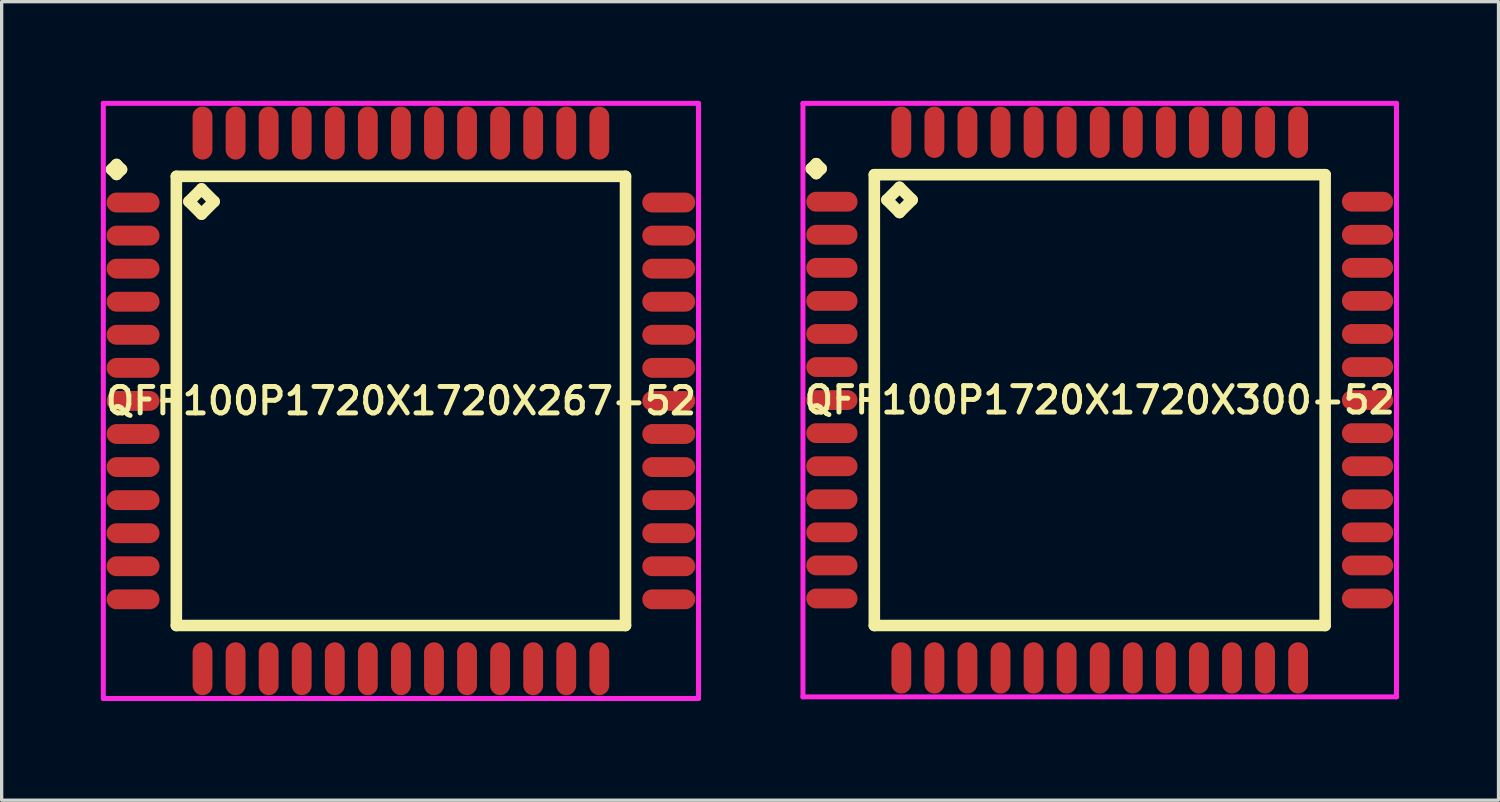
<source format=kicad_pcb>
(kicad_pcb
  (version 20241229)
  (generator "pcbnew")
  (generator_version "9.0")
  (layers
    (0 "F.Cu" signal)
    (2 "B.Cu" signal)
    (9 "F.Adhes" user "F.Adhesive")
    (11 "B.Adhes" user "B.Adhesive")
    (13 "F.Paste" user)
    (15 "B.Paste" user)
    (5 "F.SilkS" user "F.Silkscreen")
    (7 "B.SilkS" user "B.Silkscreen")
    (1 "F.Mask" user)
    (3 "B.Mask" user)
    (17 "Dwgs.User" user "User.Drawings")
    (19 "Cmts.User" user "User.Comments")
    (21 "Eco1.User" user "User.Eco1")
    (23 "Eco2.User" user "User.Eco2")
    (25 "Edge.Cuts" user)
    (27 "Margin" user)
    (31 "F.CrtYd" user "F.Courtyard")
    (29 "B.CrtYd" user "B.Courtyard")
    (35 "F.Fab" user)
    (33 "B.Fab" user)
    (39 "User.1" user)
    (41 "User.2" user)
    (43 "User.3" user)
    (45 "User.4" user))
  (footprint "QFP100P1720X1720X267-52"
    (layer "F.Cu")
    (at 9.075 9.075)
    (property "Reference" "QFP100P1720X1720X267-52" (at 0 0 0) (layer "F.SilkS") (effects (font (size 0.8 0.8) (thickness 0.15))))
    (attr smd)
    (fp_line (start -8.75 -7) (end -8.6 -7.15) (stroke (width 0.35) (type solid)) (layer "F.SilkS"))
    (fp_line (start -8.6 -7.15) (end -8.45 -7) (stroke (width 0.35) (type solid)) (layer "F.SilkS"))
    (fp_line (start -8.6 -6.85) (end -8.75 -7) (stroke (width 0.35) (type solid)) (layer "F.SilkS"))
    (fp_line (start -8.45 -7) (end -8.6 -6.85) (stroke (width 0.35) (type solid)) (layer "F.SilkS"))
    (fp_line (start -6.792 -6.792) (end -6.792 6.792) (stroke (width 0.35) (type solid)) (layer "F.SilkS"))
    (fp_line (start -6.792 6.792) (end 6.792 6.792) (stroke (width 0.35) (type solid)) (layer "F.SilkS"))
    (fp_line (start -6.411 -6.03) (end -6.03 -6.411) (stroke (width 0.35) (type solid)) (layer "F.SilkS"))
    (fp_line (start -6.03 -6.411) (end -5.649 -6.03) (stroke (width 0.35) (type solid)) (layer "F.SilkS"))
    (fp_line (start -6.03 -5.649) (end -6.411 -6.03) (stroke (width 0.35) (type solid)) (layer "F.SilkS"))
    (fp_line (start -5.649 -6.03) (end -6.03 -5.649) (stroke (width 0.35) (type solid)) (layer "F.SilkS"))
    (fp_line (start 6.792 -6.792) (end -6.792 -6.792) (stroke (width 0.35) (type solid)) (layer "F.SilkS"))
    (fp_line (start 6.792 6.792) (end 6.792 -6.792) (stroke (width 0.35) (type solid)) (layer "F.SilkS"))
    (fp_line (start -9 -9) (end 9 -9) (stroke (width 0.15) (type solid)) (layer "F.CrtYd"))
    (fp_line (start -9 9) (end -9 -9) (stroke (width 0.15) (type solid)) (layer "F.CrtYd"))
    (fp_line (start 9 -9) (end 9 9) (stroke (width 0.15) (type solid)) (layer "F.CrtYd"))
    (fp_line (start 9 9) (end -9 9) (stroke (width 0.15) (type solid)) (layer "F.CrtYd"))
    (pad "1" smd oval (at -8.1 -6) (size 1.6 0.6) (layers "F.Cu" "F.Mask" "F.Paste"))
    (pad "2" smd oval (at -8.1 -5) (size 1.6 0.6) (layers "F.Cu" "F.Mask" "F.Paste"))
    (pad "3" smd oval (at -8.1 -4) (size 1.6 0.6) (layers "F.Cu" "F.Mask" "F.Paste"))
    (pad "4" smd oval (at -8.1 -3) (size 1.6 0.6) (layers "F.Cu" "F.Mask" "F.Paste"))
    (pad "5" smd oval (at -8.1 -2) (size 1.6 0.6) (layers "F.Cu" "F.Mask" "F.Paste"))
    (pad "6" smd oval (at -8.1 -1) (size 1.6 0.6) (layers "F.Cu" "F.Mask" "F.Paste"))
    (pad "7" smd oval (at -8.1 0) (size 1.6 0.6) (layers "F.Cu" "F.Mask" "F.Paste"))
    (pad "8" smd oval (at -8.1 1) (size 1.6 0.6) (layers "F.Cu" "F.Mask" "F.Paste"))
    (pad "9" smd oval (at -8.1 2) (size 1.6 0.6) (layers "F.Cu" "F.Mask" "F.Paste"))
    (pad "10" smd oval (at -8.1 3) (size 1.6 0.6) (layers "F.Cu" "F.Mask" "F.Paste"))
    (pad "11" smd oval (at -8.1 4) (size 1.6 0.6) (layers "F.Cu" "F.Mask" "F.Paste"))
    (pad "12" smd oval (at -8.1 5) (size 1.6 0.6) (layers "F.Cu" "F.Mask" "F.Paste"))
    (pad "13" smd oval (at -8.1 6) (size 1.6 0.6) (layers "F.Cu" "F.Mask" "F.Paste"))
    (pad "14" smd oval (at -6 8.1) (size 0.6 1.6) (layers "F.Cu" "F.Mask" "F.Paste"))
    (pad "15" smd oval (at -5 8.1) (size 0.6 1.6) (layers "F.Cu" "F.Mask" "F.Paste"))
    (pad "16" smd oval (at -4 8.1) (size 0.6 1.6) (layers "F.Cu" "F.Mask" "F.Paste"))
    (pad "17" smd oval (at -3 8.1) (size 0.6 1.6) (layers "F.Cu" "F.Mask" "F.Paste"))
    (pad "18" smd oval (at -2 8.1) (size 0.6 1.6) (layers "F.Cu" "F.Mask" "F.Paste"))
    (pad "19" smd oval (at -1 8.1) (size 0.6 1.6) (layers "F.Cu" "F.Mask" "F.Paste"))
    (pad "20" smd oval (at 0 8.1) (size 0.6 1.6) (layers "F.Cu" "F.Mask" "F.Paste"))
    (pad "21" smd oval (at 1 8.1) (size 0.6 1.6) (layers "F.Cu" "F.Mask" "F.Paste"))
    (pad "22" smd oval (at 2 8.1) (size 0.6 1.6) (layers "F.Cu" "F.Mask" "F.Paste"))
    (pad "23" smd oval (at 3 8.1) (size 0.6 1.6) (layers "F.Cu" "F.Mask" "F.Paste"))
    (pad "24" smd oval (at 4 8.1) (size 0.6 1.6) (layers "F.Cu" "F.Mask" "F.Paste"))
    (pad "25" smd oval (at 5 8.1) (size 0.6 1.6) (layers "F.Cu" "F.Mask" "F.Paste"))
    (pad "26" smd oval (at 6 8.1) (size 0.6 1.6) (layers "F.Cu" "F.Mask" "F.Paste"))
    (pad "27" smd oval (at 8.1 6) (size 1.6 0.6) (layers "F.Cu" "F.Mask" "F.Paste"))
    (pad "28" smd oval (at 8.1 5) (size 1.6 0.6) (layers "F.Cu" "F.Mask" "F.Paste"))
    (pad "29" smd oval (at 8.1 4) (size 1.6 0.6) (layers "F.Cu" "F.Mask" "F.Paste"))
    (pad "30" smd oval (at 8.1 3) (size 1.6 0.6) (layers "F.Cu" "F.Mask" "F.Paste"))
    (pad "31" smd oval (at 8.1 2) (size 1.6 0.6) (layers "F.Cu" "F.Mask" "F.Paste"))
    (pad "32" smd oval (at 8.1 1) (size 1.6 0.6) (layers "F.Cu" "F.Mask" "F.Paste"))
    (pad "33" smd oval (at 8.1 0) (size 1.6 0.6) (layers "F.Cu" "F.Mask" "F.Paste"))
    (pad "34" smd oval (at 8.1 -1) (size 1.6 0.6) (layers "F.Cu" "F.Mask" "F.Paste"))
    (pad "35" smd oval (at 8.1 -2) (size 1.6 0.6) (layers "F.Cu" "F.Mask" "F.Paste"))
    (pad "36" smd oval (at 8.1 -3) (size 1.6 0.6) (layers "F.Cu" "F.Mask" "F.Paste"))
    (pad "37" smd oval (at 8.1 -4) (size 1.6 0.6) (layers "F.Cu" "F.Mask" "F.Paste"))
    (pad "38" smd oval (at 8.1 -5) (size 1.6 0.6) (layers "F.Cu" "F.Mask" "F.Paste"))
    (pad "39" smd oval (at 8.1 -6) (size 1.6 0.6) (layers "F.Cu" "F.Mask" "F.Paste"))
    (pad "40" smd oval (at 6 -8.1) (size 0.6 1.6) (layers "F.Cu" "F.Mask" "F.Paste"))
    (pad "41" smd oval (at 5 -8.1) (size 0.6 1.6) (layers "F.Cu" "F.Mask" "F.Paste"))
    (pad "42" smd oval (at 4 -8.1) (size 0.6 1.6) (layers "F.Cu" "F.Mask" "F.Paste"))
    (pad "43" smd oval (at 3 -8.1) (size 0.6 1.6) (layers "F.Cu" "F.Mask" "F.Paste"))
    (pad "44" smd oval (at 2 -8.1) (size 0.6 1.6) (layers "F.Cu" "F.Mask" "F.Paste"))
    (pad "45" smd oval (at 1 -8.1) (size 0.6 1.6) (layers "F.Cu" "F.Mask" "F.Paste"))
    (pad "46" smd oval (at 0 -8.1) (size 0.6 1.6) (layers "F.Cu" "F.Mask" "F.Paste"))
    (pad "47" smd oval (at -1 -8.1) (size 0.6 1.6) (layers "F.Cu" "F.Mask" "F.Paste"))
    (pad "48" smd oval (at -2 -8.1) (size 0.6 1.6) (layers "F.Cu" "F.Mask" "F.Paste"))
    (pad "49" smd oval (at -3 -8.1) (size 0.6 1.6) (layers "F.Cu" "F.Mask" "F.Paste"))
    (pad "50" smd oval (at -4 -8.1) (size 0.6 1.6) (layers "F.Cu" "F.Mask" "F.Paste"))
    (pad "51" smd oval (at -5 -8.1) (size 0.6 1.6) (layers "F.Cu" "F.Mask" "F.Paste"))
    (pad "52" smd oval (at -6 -8.1) (size 0.6 1.6) (layers "F.Cu" "F.Mask" "F.Paste")))
  (footprint "QFP100P1720X1720X300-52"
    (layer "F.Cu")
    (at 30.209 9.05)
    (property "Reference" "QFP100P1720X1720X300-52" (at 0 0 0) (layer "F.SilkS") (effects (font (size 0.8 0.8) (thickness 0.15))))
    (attr smd)
    (fp_line (start -8.725 -7) (end -8.575 -7.15) (stroke (width 0.35) (type solid)) (layer "F.SilkS"))
    (fp_line (start -8.575 -7.15) (end -8.425 -7) (stroke (width 0.35) (type solid)) (layer "F.SilkS"))
    (fp_line (start -8.575 -6.85) (end -8.725 -7) (stroke (width 0.35) (type solid)) (layer "F.SilkS"))
    (fp_line (start -8.425 -7) (end -8.575 -6.85) (stroke (width 0.35) (type solid)) (layer "F.SilkS"))
    (fp_line (start -6.817 -6.817) (end -6.817 6.817) (stroke (width 0.35) (type solid)) (layer "F.SilkS"))
    (fp_line (start -6.817 6.817) (end 6.817 6.817) (stroke (width 0.35) (type solid)) (layer "F.SilkS"))
    (fp_line (start -6.436 -6.055) (end -6.055 -6.436) (stroke (width 0.35) (type solid)) (layer "F.SilkS"))
    (fp_line (start -6.055 -6.436) (end -5.674 -6.055) (stroke (width 0.35) (type solid)) (layer "F.SilkS"))
    (fp_line (start -6.055 -5.674) (end -6.436 -6.055) (stroke (width 0.35) (type solid)) (layer "F.SilkS"))
    (fp_line (start -5.674 -6.055) (end -6.055 -5.674) (stroke (width 0.35) (type solid)) (layer "F.SilkS"))
    (fp_line (start 6.817 -6.817) (end -6.817 -6.817) (stroke (width 0.35) (type solid)) (layer "F.SilkS"))
    (fp_line (start 6.817 6.817) (end 6.817 -6.817) (stroke (width 0.35) (type solid)) (layer "F.SilkS"))
    (fp_line (start -8.975 -8.975) (end 8.975 -8.975) (stroke (width 0.15) (type solid)) (layer "F.CrtYd"))
    (fp_line (start -8.975 8.975) (end -8.975 -8.975) (stroke (width 0.15) (type solid)) (layer "F.CrtYd"))
    (fp_line (start 8.975 -8.975) (end 8.975 8.975) (stroke (width 0.15) (type solid)) (layer "F.CrtYd"))
    (fp_line (start 8.975 8.975) (end -8.975 8.975) (stroke (width 0.15) (type solid)) (layer "F.CrtYd"))
    (pad "1" smd oval (at -8.1 -6) (size 1.55 0.6) (layers "F.Cu" "F.Mask" "F.Paste"))
    (pad "2" smd oval (at -8.1 -5) (size 1.55 0.6) (layers "F.Cu" "F.Mask" "F.Paste"))
    (pad "3" smd oval (at -8.1 -4) (size 1.55 0.6) (layers "F.Cu" "F.Mask" "F.Paste"))
    (pad "4" smd oval (at -8.1 -3) (size 1.55 0.6) (layers "F.Cu" "F.Mask" "F.Paste"))
    (pad "5" smd oval (at -8.1 -2) (size 1.55 0.6) (layers "F.Cu" "F.Mask" "F.Paste"))
    (pad "6" smd oval (at -8.1 -1) (size 1.55 0.6) (layers "F.Cu" "F.Mask" "F.Paste"))
    (pad "7" smd oval (at -8.1 0) (size 1.55 0.6) (layers "F.Cu" "F.Mask" "F.Paste"))
    (pad "8" smd oval (at -8.1 1) (size 1.55 0.6) (layers "F.Cu" "F.Mask" "F.Paste"))
    (pad "9" smd oval (at -8.1 2) (size 1.55 0.6) (layers "F.Cu" "F.Mask" "F.Paste"))
    (pad "10" smd oval (at -8.1 3) (size 1.55 0.6) (layers "F.Cu" "F.Mask" "F.Paste"))
    (pad "11" smd oval (at -8.1 4) (size 1.55 0.6) (layers "F.Cu" "F.Mask" "F.Paste"))
    (pad "12" smd oval (at -8.1 5) (size 1.55 0.6) (layers "F.Cu" "F.Mask" "F.Paste"))
    (pad "13" smd oval (at -8.1 6) (size 1.55 0.6) (layers "F.Cu" "F.Mask" "F.Paste"))
    (pad "14" smd oval (at -6 8.1) (size 0.6 1.55) (layers "F.Cu" "F.Mask" "F.Paste"))
    (pad "15" smd oval (at -5 8.1) (size 0.6 1.55) (layers "F.Cu" "F.Mask" "F.Paste"))
    (pad "16" smd oval (at -4 8.1) (size 0.6 1.55) (layers "F.Cu" "F.Mask" "F.Paste"))
    (pad "17" smd oval (at -3 8.1) (size 0.6 1.55) (layers "F.Cu" "F.Mask" "F.Paste"))
    (pad "18" smd oval (at -2 8.1) (size 0.6 1.55) (layers "F.Cu" "F.Mask" "F.Paste"))
    (pad "19" smd oval (at -1 8.1) (size 0.6 1.55) (layers "F.Cu" "F.Mask" "F.Paste"))
    (pad "20" smd oval (at 0 8.1) (size 0.6 1.55) (layers "F.Cu" "F.Mask" "F.Paste"))
    (pad "21" smd oval (at 1 8.1) (size 0.6 1.55) (layers "F.Cu" "F.Mask" "F.Paste"))
    (pad "22" smd oval (at 2 8.1) (size 0.6 1.55) (layers "F.Cu" "F.Mask" "F.Paste"))
    (pad "23" smd oval (at 3 8.1) (size 0.6 1.55) (layers "F.Cu" "F.Mask" "F.Paste"))
    (pad "24" smd oval (at 4 8.1) (size 0.6 1.55) (layers "F.Cu" "F.Mask" "F.Paste"))
    (pad "25" smd oval (at 5 8.1) (size 0.6 1.55) (layers "F.Cu" "F.Mask" "F.Paste"))
    (pad "26" smd oval (at 6 8.1) (size 0.6 1.55) (layers "F.Cu" "F.Mask" "F.Paste"))
    (pad "27" smd oval (at 8.1 6) (size 1.55 0.6) (layers "F.Cu" "F.Mask" "F.Paste"))
    (pad "28" smd oval (at 8.1 5) (size 1.55 0.6) (layers "F.Cu" "F.Mask" "F.Paste"))
    (pad "29" smd oval (at 8.1 4) (size 1.55 0.6) (layers "F.Cu" "F.Mask" "F.Paste"))
    (pad "30" smd oval (at 8.1 3) (size 1.55 0.6) (layers "F.Cu" "F.Mask" "F.Paste"))
    (pad "31" smd oval (at 8.1 2) (size 1.55 0.6) (layers "F.Cu" "F.Mask" "F.Paste"))
    (pad "32" smd oval (at 8.1 1) (size 1.55 0.6) (layers "F.Cu" "F.Mask" "F.Paste"))
    (pad "33" smd oval (at 8.1 0) (size 1.55 0.6) (layers "F.Cu" "F.Mask" "F.Paste"))
    (pad "34" smd oval (at 8.1 -1) (size 1.55 0.6) (layers "F.Cu" "F.Mask" "F.Paste"))
    (pad "35" smd oval (at 8.1 -2) (size 1.55 0.6) (layers "F.Cu" "F.Mask" "F.Paste"))
    (pad "36" smd oval (at 8.1 -3) (size 1.55 0.6) (layers "F.Cu" "F.Mask" "F.Paste"))
    (pad "37" smd oval (at 8.1 -4) (size 1.55 0.6) (layers "F.Cu" "F.Mask" "F.Paste"))
    (pad "38" smd oval (at 8.1 -5) (size 1.55 0.6) (layers "F.Cu" "F.Mask" "F.Paste"))
    (pad "39" smd oval (at 8.1 -6) (size 1.55 0.6) (layers "F.Cu" "F.Mask" "F.Paste"))
    (pad "40" smd oval (at 6 -8.1) (size 0.6 1.55) (layers "F.Cu" "F.Mask" "F.Paste"))
    (pad "41" smd oval (at 5 -8.1) (size 0.6 1.55) (layers "F.Cu" "F.Mask" "F.Paste"))
    (pad "42" smd oval (at 4 -8.1) (size 0.6 1.55) (layers "F.Cu" "F.Mask" "F.Paste"))
    (pad "43" smd oval (at 3 -8.1) (size 0.6 1.55) (layers "F.Cu" "F.Mask" "F.Paste"))
    (pad "44" smd oval (at 2 -8.1) (size 0.6 1.55) (layers "F.Cu" "F.Mask" "F.Paste"))
    (pad "45" smd oval (at 1 -8.1) (size 0.6 1.55) (layers "F.Cu" "F.Mask" "F.Paste"))
    (pad "46" smd oval (at 0 -8.1) (size 0.6 1.55) (layers "F.Cu" "F.Mask" "F.Paste"))
    (pad "47" smd oval (at -1 -8.1) (size 0.6 1.55) (layers "F.Cu" "F.Mask" "F.Paste"))
    (pad "48" smd oval (at -2 -8.1) (size 0.6 1.55) (layers "F.Cu" "F.Mask" "F.Paste"))
    (pad "49" smd oval (at -3 -8.1) (size 0.6 1.55) (layers "F.Cu" "F.Mask" "F.Paste"))
    (pad "50" smd oval (at -4 -8.1) (size 0.6 1.55) (layers "F.Cu" "F.Mask" "F.Paste"))
    (pad "51" smd oval (at -5 -8.1) (size 0.6 1.55) (layers "F.Cu" "F.Mask" "F.Paste"))
    (pad "52" smd oval (at -6 -8.1) (size 0.6 1.55) (layers "F.Cu" "F.Mask" "F.Paste")))
  (gr_rect
    (start -3 -3)
    (end 42.269 21.15)
    (stroke (width 0.1) (type default))
    (fill no)
    (layer "Edge.Cuts")))
</source>
